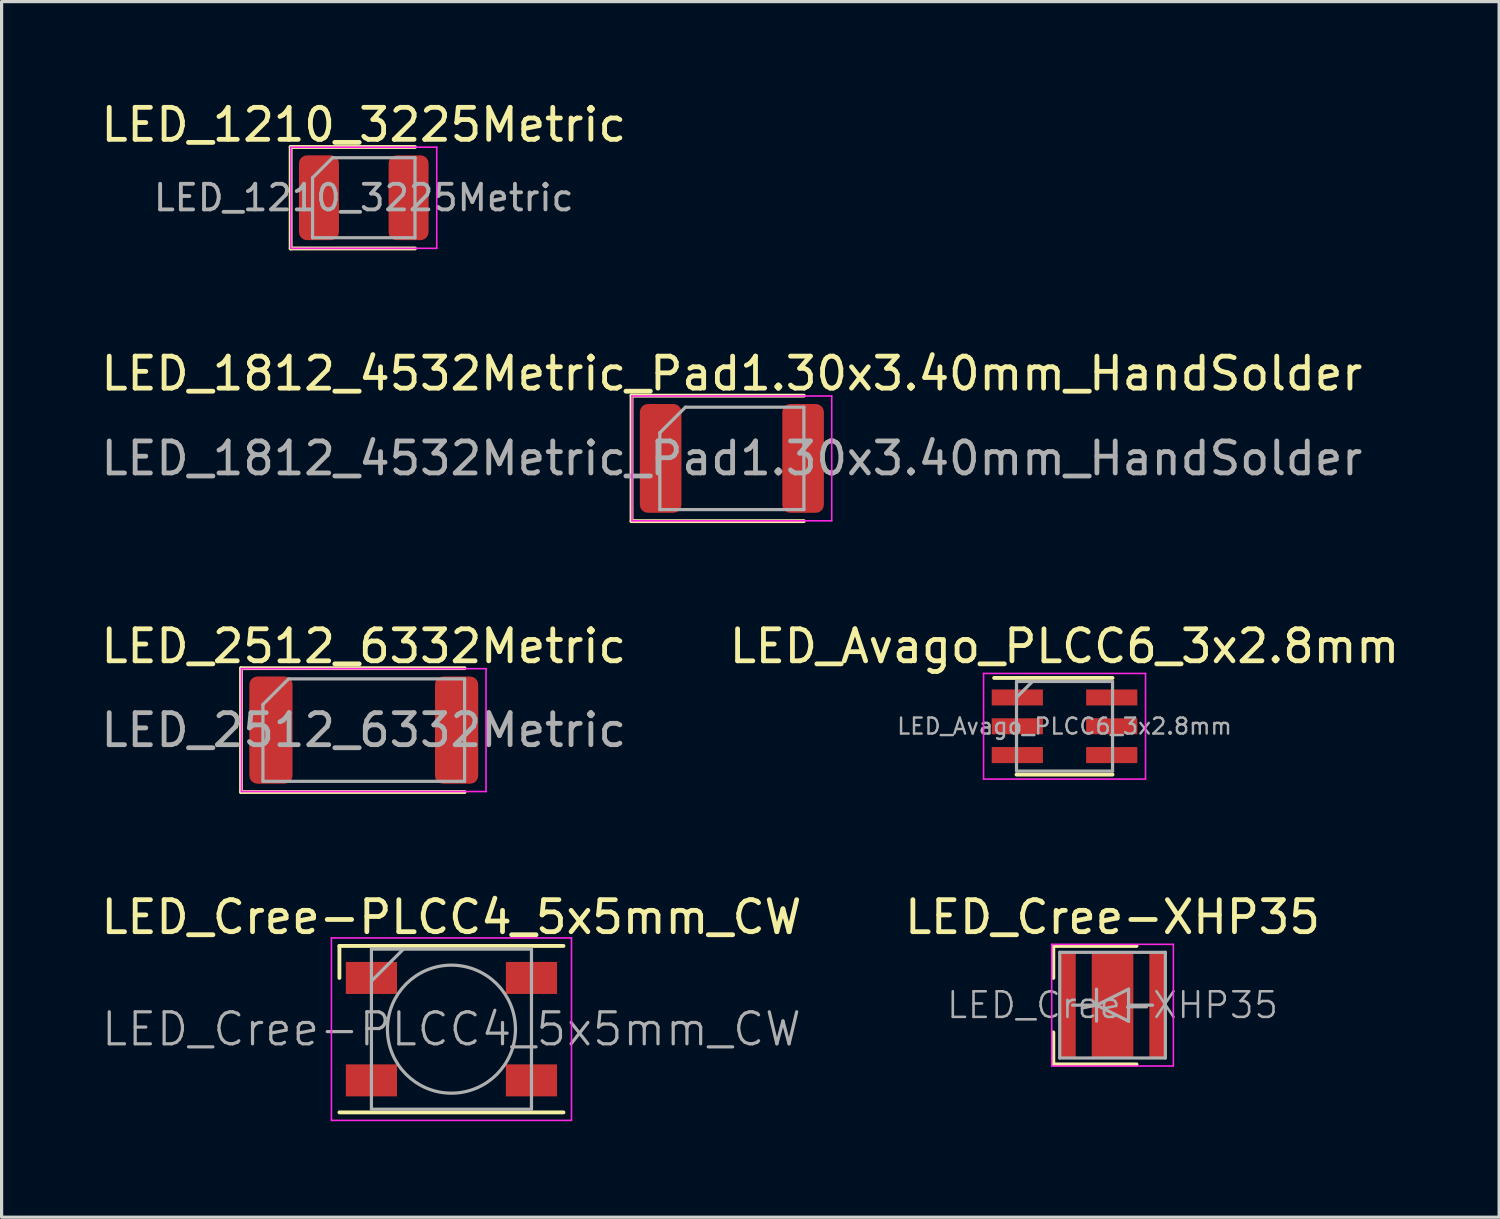
<source format=kicad_pcb>
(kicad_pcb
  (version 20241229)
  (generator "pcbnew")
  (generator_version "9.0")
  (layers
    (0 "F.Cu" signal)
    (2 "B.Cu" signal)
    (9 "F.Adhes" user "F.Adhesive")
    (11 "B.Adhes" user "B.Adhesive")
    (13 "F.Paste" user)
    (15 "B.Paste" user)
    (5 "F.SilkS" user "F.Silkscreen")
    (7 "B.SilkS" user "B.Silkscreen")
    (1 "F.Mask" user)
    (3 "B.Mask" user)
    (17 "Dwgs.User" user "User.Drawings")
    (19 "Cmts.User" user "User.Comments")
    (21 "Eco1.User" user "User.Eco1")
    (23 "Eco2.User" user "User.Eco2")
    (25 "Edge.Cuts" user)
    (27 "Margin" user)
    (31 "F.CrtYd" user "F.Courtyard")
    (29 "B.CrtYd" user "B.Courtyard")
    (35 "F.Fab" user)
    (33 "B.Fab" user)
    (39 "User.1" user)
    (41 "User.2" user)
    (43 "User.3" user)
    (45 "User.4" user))
  (footprint "LED_Avago_PLCC6_3x2.8mm"
    (layer "F.Cu")
    (at 30.208 19.64)
    (property "Reference" "LED_Avago_PLCC6_3x2.8mm" (at 0 -2.5 0) (layer "F.SilkS") (effects (font (size 1 1) (thickness 0.15))))
    (attr smd)
    (fp_line (start -2.2 -1.51) (end 1.5 -1.51) (stroke (width 0.12) (type solid)) (layer "F.SilkS"))
    (fp_line (start -1.5 1.51) (end 1.5 1.51) (stroke (width 0.12) (type solid)) (layer "F.SilkS"))
    (fp_line (start -2.53 -1.65) (end -2.53 1.65) (stroke (width 0.05) (type solid)) (layer "F.CrtYd"))
    (fp_line (start -2.53 -1.65) (end 2.53 -1.65) (stroke (width 0.05) (type solid)) (layer "F.CrtYd"))
    (fp_line (start -2.53 1.65) (end 2.53 1.65) (stroke (width 0.05) (type solid)) (layer "F.CrtYd"))
    (fp_line (start 2.53 -1.65) (end 2.53 1.65) (stroke (width 0.05) (type solid)) (layer "F.CrtYd"))
    (fp_line (start -1.5 -1.4) (end -1.5 1.4) (stroke (width 0.1) (type solid)) (layer "F.Fab"))
    (fp_line (start -1.5 -1.4) (end 1.5 -1.4) (stroke (width 0.1) (type solid)) (layer "F.Fab"))
    (fp_line (start -1.5 -0.9) (end -1 -1.4) (stroke (width 0.1) (type solid)) (layer "F.Fab"))
    (fp_line (start -1.5 1.4) (end 1.5 1.4) (stroke (width 0.1) (type solid)) (layer "F.Fab"))
    (fp_line (start 1.5 -1.4) (end 1.5 1.4) (stroke (width 0.1) (type solid)) (layer "F.Fab"))
    (fp_text user "${REFERENCE}" (at 0 0 0) (layer "F.Fab") (effects (font (size 0.5 0.5) (thickness 0.075))))
    (pad "1" smd rect (at -1.475 -0.9) (size 1.6 0.5) (layers "F.Cu" "F.Mask" "F.Paste"))
    (pad "2" smd rect (at -1.475 0) (size 1.6 0.5) (layers "F.Cu" "F.Mask" "F.Paste"))
    (pad "3" smd rect (at -1.475 0.9) (size 1.6 0.5) (layers "F.Cu" "F.Mask" "F.Paste"))
    (pad "4" smd rect (at 1.475 0.9) (size 1.6 0.5) (layers "F.Cu" "F.Mask" "F.Paste"))
    (pad "5" smd rect (at 1.475 0) (size 1.6 0.5) (layers "F.Cu" "F.Mask" "F.Paste"))
    (pad "6" smd rect (at 1.475 -0.9) (size 1.6 0.5) (layers "F.Cu" "F.Mask" "F.Paste")))
  (footprint "LED_2512_6332Metric"
    (layer "F.Cu")
    (at 8.315 19.76)
    (property "Reference" "LED_2512_6332Metric" (at 0 -2.62 0) (layer "F.SilkS") (effects (font (size 1 1) (thickness 0.15))))
    (attr smd)
    (fp_line (start -3.835 -1.935) (end -3.835 1.935) (stroke (width 0.12) (type solid)) (layer "F.SilkS"))
    (fp_line (start -3.835 1.935) (end 3.15 1.935) (stroke (width 0.12) (type solid)) (layer "F.SilkS"))
    (fp_line (start 3.15 -1.935) (end -3.835 -1.935) (stroke (width 0.12) (type solid)) (layer "F.SilkS"))
    (fp_line (start -3.82 -1.92) (end 3.82 -1.92) (stroke (width 0.05) (type solid)) (layer "F.CrtYd"))
    (fp_line (start -3.82 1.92) (end -3.82 -1.92) (stroke (width 0.05) (type solid)) (layer "F.CrtYd"))
    (fp_line (start 3.82 -1.92) (end 3.82 1.92) (stroke (width 0.05) (type solid)) (layer "F.CrtYd"))
    (fp_line (start 3.82 1.92) (end -3.82 1.92) (stroke (width 0.05) (type solid)) (layer "F.CrtYd"))
    (fp_line (start -3.15 -0.8) (end -3.15 1.6) (stroke (width 0.1) (type solid)) (layer "F.Fab"))
    (fp_line (start -3.15 1.6) (end 3.15 1.6) (stroke (width 0.1) (type solid)) (layer "F.Fab"))
    (fp_line (start -2.35 -1.6) (end -3.15 -0.8) (stroke (width 0.1) (type solid)) (layer "F.Fab"))
    (fp_line (start 3.15 -1.6) (end -2.35 -1.6) (stroke (width 0.1) (type solid)) (layer "F.Fab"))
    (fp_line (start 3.15 1.6) (end 3.15 -1.6) (stroke (width 0.1) (type solid)) (layer "F.Fab"))
    (fp_text user "${REFERENCE}" (at 0 0 0) (layer "F.Fab") (effects (font (size 1 1) (thickness 0.15))))
    (pad "1" smd roundrect (at -2.9 0) (size 1.35 3.35) (layers "F.Cu" "F.Mask" "F.Paste") (roundrect_rratio 0.185))
    (pad "2" smd roundrect (at 2.9 0) (size 1.35 3.35) (layers "F.Cu" "F.Mask" "F.Paste") (roundrect_rratio 0.185)))
  (footprint "LED_1210_3225Metric"
    (layer "F.Cu")
    (at 8.315 3.128)
    (property "Reference" "LED_1210_3225Metric" (at 0 -2.28 0) (layer "F.SilkS") (effects (font (size 1 1) (thickness 0.15))))
    (attr smd)
    (fp_line (start -2.285 -1.585) (end -2.285 1.585) (stroke (width 0.12) (type solid)) (layer "F.SilkS"))
    (fp_line (start -2.285 1.585) (end 1.6 1.585) (stroke (width 0.12) (type solid)) (layer "F.SilkS"))
    (fp_line (start 1.6 -1.585) (end -2.285 -1.585) (stroke (width 0.12) (type solid)) (layer "F.SilkS"))
    (fp_line (start -2.28 -1.58) (end 2.28 -1.58) (stroke (width 0.05) (type solid)) (layer "F.CrtYd"))
    (fp_line (start -2.28 1.58) (end -2.28 -1.58) (stroke (width 0.05) (type solid)) (layer "F.CrtYd"))
    (fp_line (start 2.28 -1.58) (end 2.28 1.58) (stroke (width 0.05) (type solid)) (layer "F.CrtYd"))
    (fp_line (start 2.28 1.58) (end -2.28 1.58) (stroke (width 0.05) (type solid)) (layer "F.CrtYd"))
    (fp_line (start -1.6 -0.625) (end -1.6 1.25) (stroke (width 0.1) (type solid)) (layer "F.Fab"))
    (fp_line (start -1.6 1.25) (end 1.6 1.25) (stroke (width 0.1) (type solid)) (layer "F.Fab"))
    (fp_line (start -0.975 -1.25) (end -1.6 -0.625) (stroke (width 0.1) (type solid)) (layer "F.Fab"))
    (fp_line (start 1.6 -1.25) (end -0.975 -1.25) (stroke (width 0.1) (type solid)) (layer "F.Fab"))
    (fp_line (start 1.6 1.25) (end 1.6 -1.25) (stroke (width 0.1) (type solid)) (layer "F.Fab"))
    (fp_text user "${REFERENCE}" (at 0 0 0) (layer "F.Fab") (effects (font (size 0.8 0.8) (thickness 0.12))))
    (pad "1" smd roundrect (at -1.4 0) (size 1.25 2.65) (layers "F.Cu" "F.Mask" "F.Paste") (roundrect_rratio 0.2))
    (pad "2" smd roundrect (at 1.4 0) (size 1.25 2.65) (layers "F.Cu" "F.Mask" "F.Paste") (roundrect_rratio 0.2)))
  (footprint "LED_Cree-PLCC4_5x5mm_CW"
    (layer "F.Cu")
    (at 11.054 29.103)
    (property "Reference" "LED_Cree-PLCC4_5x5mm_CW" (at 0 -3.5 0) (layer "F.SilkS") (effects (font (size 1 1) (thickness 0.15))))
    (attr smd)
    (fp_line (start -3.5 -2.6) (end 3.5 -2.6) (stroke (width 0.12) (type solid)) (layer "F.SilkS"))
    (fp_line (start -3.5 -1.6) (end -3.5 -2.6) (stroke (width 0.12) (type solid)) (layer "F.SilkS"))
    (fp_line (start -3.5 2.6) (end 3.5 2.6) (stroke (width 0.12) (type solid)) (layer "F.SilkS"))
    (fp_line (start -3.75 -2.85) (end -3.75 2.85) (stroke (width 0.05) (type solid)) (layer "F.CrtYd"))
    (fp_line (start -3.75 2.85) (end 3.75 2.85) (stroke (width 0.05) (type solid)) (layer "F.CrtYd"))
    (fp_line (start 3.75 -2.85) (end -3.75 -2.85) (stroke (width 0.05) (type solid)) (layer "F.CrtYd"))
    (fp_line (start 3.75 2.85) (end 3.75 -2.85) (stroke (width 0.05) (type solid)) (layer "F.CrtYd"))
    (fp_line (start -2.5 -2.5) (end -2.5 2.5) (stroke (width 0.1) (type solid)) (layer "F.Fab"))
    (fp_line (start -2.5 2.5) (end 2.5 2.5) (stroke (width 0.1) (type solid)) (layer "F.Fab"))
    (fp_line (start -1.5 -2.5) (end -2.5 -1.5) (stroke (width 0.1) (type solid)) (layer "F.Fab"))
    (fp_line (start 2.5 -2.5) (end -2.5 -2.5) (stroke (width 0.1) (type solid)) (layer "F.Fab"))
    (fp_line (start 2.5 2.5) (end 2.5 -2.5) (stroke (width 0.1) (type solid)) (layer "F.Fab"))
    (fp_circle (center 0 0) (end 0 -2) (stroke (width 0.1) (type solid)) (fill no) (layer "F.Fab"))
    (fp_text user "${REFERENCE}" (at 0 0 0) (layer "F.Fab") (effects (font (size 1 1) (thickness 0.1))))
    (pad "1" smd rect (at -2.5 -1.6) (size 1.6 1) (layers "F.Cu" "F.Mask" "F.Paste"))
    (pad "2" smd rect (at 2.5 -1.6) (size 1.6 1) (layers "F.Cu" "F.Mask" "F.Paste"))
    (pad "3" smd rect (at 2.5 1.6) (size 1.6 1) (layers "F.Cu" "F.Mask" "F.Paste"))
    (pad "4" smd rect (at -2.5 1.6) (size 1.6 1) (layers "F.Cu" "F.Mask" "F.Paste")))
  (footprint "LED_1812_4532Metric_Pad1.30x3.40mm_HandSolder"
    (layer "F.Cu")
    (at 19.815 11.271)
    (property "Reference" "LED_1812_4532Metric_Pad1.30x3.40mm_HandSolder" (at 0 -2.65 0) (layer "F.SilkS") (effects (font (size 1 1) (thickness 0.15))))
    (attr smd)
    (fp_line (start -3.135 -1.96) (end -3.135 1.96) (stroke (width 0.12) (type solid)) (layer "F.SilkS"))
    (fp_line (start -3.135 1.96) (end 2.25 1.96) (stroke (width 0.12) (type solid)) (layer "F.SilkS"))
    (fp_line (start 2.25 -1.96) (end -3.135 -1.96) (stroke (width 0.12) (type solid)) (layer "F.SilkS"))
    (fp_line (start -3.12 -1.95) (end 3.12 -1.95) (stroke (width 0.05) (type solid)) (layer "F.CrtYd"))
    (fp_line (start -3.12 1.95) (end -3.12 -1.95) (stroke (width 0.05) (type solid)) (layer "F.CrtYd"))
    (fp_line (start 3.12 -1.95) (end 3.12 1.95) (stroke (width 0.05) (type solid)) (layer "F.CrtYd"))
    (fp_line (start 3.12 1.95) (end -3.12 1.95) (stroke (width 0.05) (type solid)) (layer "F.CrtYd"))
    (fp_line (start -2.25 -0.8) (end -2.25 1.6) (stroke (width 0.1) (type solid)) (layer "F.Fab"))
    (fp_line (start -2.25 1.6) (end 2.25 1.6) (stroke (width 0.1) (type solid)) (layer "F.Fab"))
    (fp_line (start -1.45 -1.6) (end -2.25 -0.8) (stroke (width 0.1) (type solid)) (layer "F.Fab"))
    (fp_line (start 2.25 -1.6) (end -1.45 -1.6) (stroke (width 0.1) (type solid)) (layer "F.Fab"))
    (fp_line (start 2.25 1.6) (end 2.25 -1.6) (stroke (width 0.1) (type solid)) (layer "F.Fab"))
    (fp_text user "${REFERENCE}" (at 0 0 0) (layer "F.Fab") (effects (font (size 1 1) (thickness 0.15))))
    (pad "1" smd roundrect (at -2.225 0) (size 1.3 3.4) (layers "F.Cu" "F.Mask" "F.Paste") (roundrect_rratio 0.192))
    (pad "2" smd roundrect (at 2.225 0) (size 1.3 3.4) (layers "F.Cu" "F.Mask" "F.Paste") (roundrect_rratio 0.192)))
  (footprint "LED_Cree-XHP35"
    (layer "F.Cu")
    (at 31.708 28.353)
    (property "Reference" "LED_Cree-XHP35" (at 0 -2.75 0) (layer "F.SilkS") (effects (font (size 1 1) (thickness 0.15))))
    (attr smd)
    (fp_line (start -1.85 -1.85) (end -1.85 -0.85) (stroke (width 0.12) (type solid)) (layer "F.SilkS"))
    (fp_line (start -1.85 1.85) (end -1.85 0.85) (stroke (width 0.12) (type solid)) (layer "F.SilkS"))
    (fp_line (start 0.75 -1.85) (end -1.85 -1.85) (stroke (width 0.12) (type solid)) (layer "F.SilkS"))
    (fp_line (start 0.75 1.85) (end -1.85 1.85) (stroke (width 0.12) (type solid)) (layer "F.SilkS"))
    (fp_line (start -1.9 -1.9) (end -1.9 1.9) (stroke (width 0.05) (type solid)) (layer "F.CrtYd"))
    (fp_line (start -1.9 1.9) (end 1.9 1.9) (stroke (width 0.05) (type solid)) (layer "F.CrtYd"))
    (fp_line (start 1.9 -1.9) (end -1.9 -1.9) (stroke (width 0.05) (type solid)) (layer "F.CrtYd"))
    (fp_line (start 1.9 1.9) (end 1.9 -1.9) (stroke (width 0.05) (type solid)) (layer "F.CrtYd"))
    (fp_line (start -1.65 -1.65) (end 1.65 -1.65) (stroke (width 0.1) (type solid)) (layer "F.Fab"))
    (fp_line (start -1.65 1.65) (end -1.65 -1.65) (stroke (width 0.1) (type solid)) (layer "F.Fab"))
    (fp_line (start -1.25 0) (end -0.5 0) (stroke (width 0.1) (type solid)) (layer "F.Fab"))
    (fp_line (start -0.5 -0.5) (end -0.5 0.5) (stroke (width 0.1) (type solid)) (layer "F.Fab"))
    (fp_line (start -0.5 0) (end 0.5 -0.5) (stroke (width 0.1) (type solid)) (layer "F.Fab"))
    (fp_line (start 0.5 -0.5) (end 0.5 0.5) (stroke (width 0.1) (type solid)) (layer "F.Fab"))
    (fp_line (start 0.5 0.5) (end -0.5 0) (stroke (width 0.1) (type solid)) (layer "F.Fab"))
    (fp_line (start 1.25 0) (end 0.5 0) (stroke (width 0.1) (type solid)) (layer "F.Fab"))
    (fp_line (start 1.65 -1.65) (end 1.65 1.65) (stroke (width 0.1) (type solid)) (layer "F.Fab"))
    (fp_line (start 1.65 1.65) (end -1.65 1.65) (stroke (width 0.1) (type solid)) (layer "F.Fab"))
    (fp_text user "${REFERENCE}" (at 0 0 0) (layer "F.Fab") (effects (font (size 0.8 0.8) (thickness 0.08))))
    (pad "" smd rect (at 0 -1) (size 1.01 0.75) (layers "F.Paste"))
    (pad "" smd rect (at 0 0) (size 1.01 0.75) (layers "F.Paste"))
    (pad "" smd rect (at 0 1) (size 1.01 0.75) (layers "F.Paste"))
    (pad "1" smd rect (at -1.4 0) (size 0.5 3.3) (layers "F.Cu" "F.Mask" "F.Paste"))
    (pad "2" smd rect (at 1.4 0) (size 0.5 3.3) (layers "F.Cu" "F.Mask" "F.Paste"))
    (pad "3" smd rect (at 0 0) (size 1.3 3.3) (layers "F.Cu" "F.Mask")))
  (gr_rect
    (start -3 -3)
    (end 43.786 34.978)
    (stroke (width 0.1) (type default))
    (fill no)
    (layer "Edge.Cuts")))
</source>
